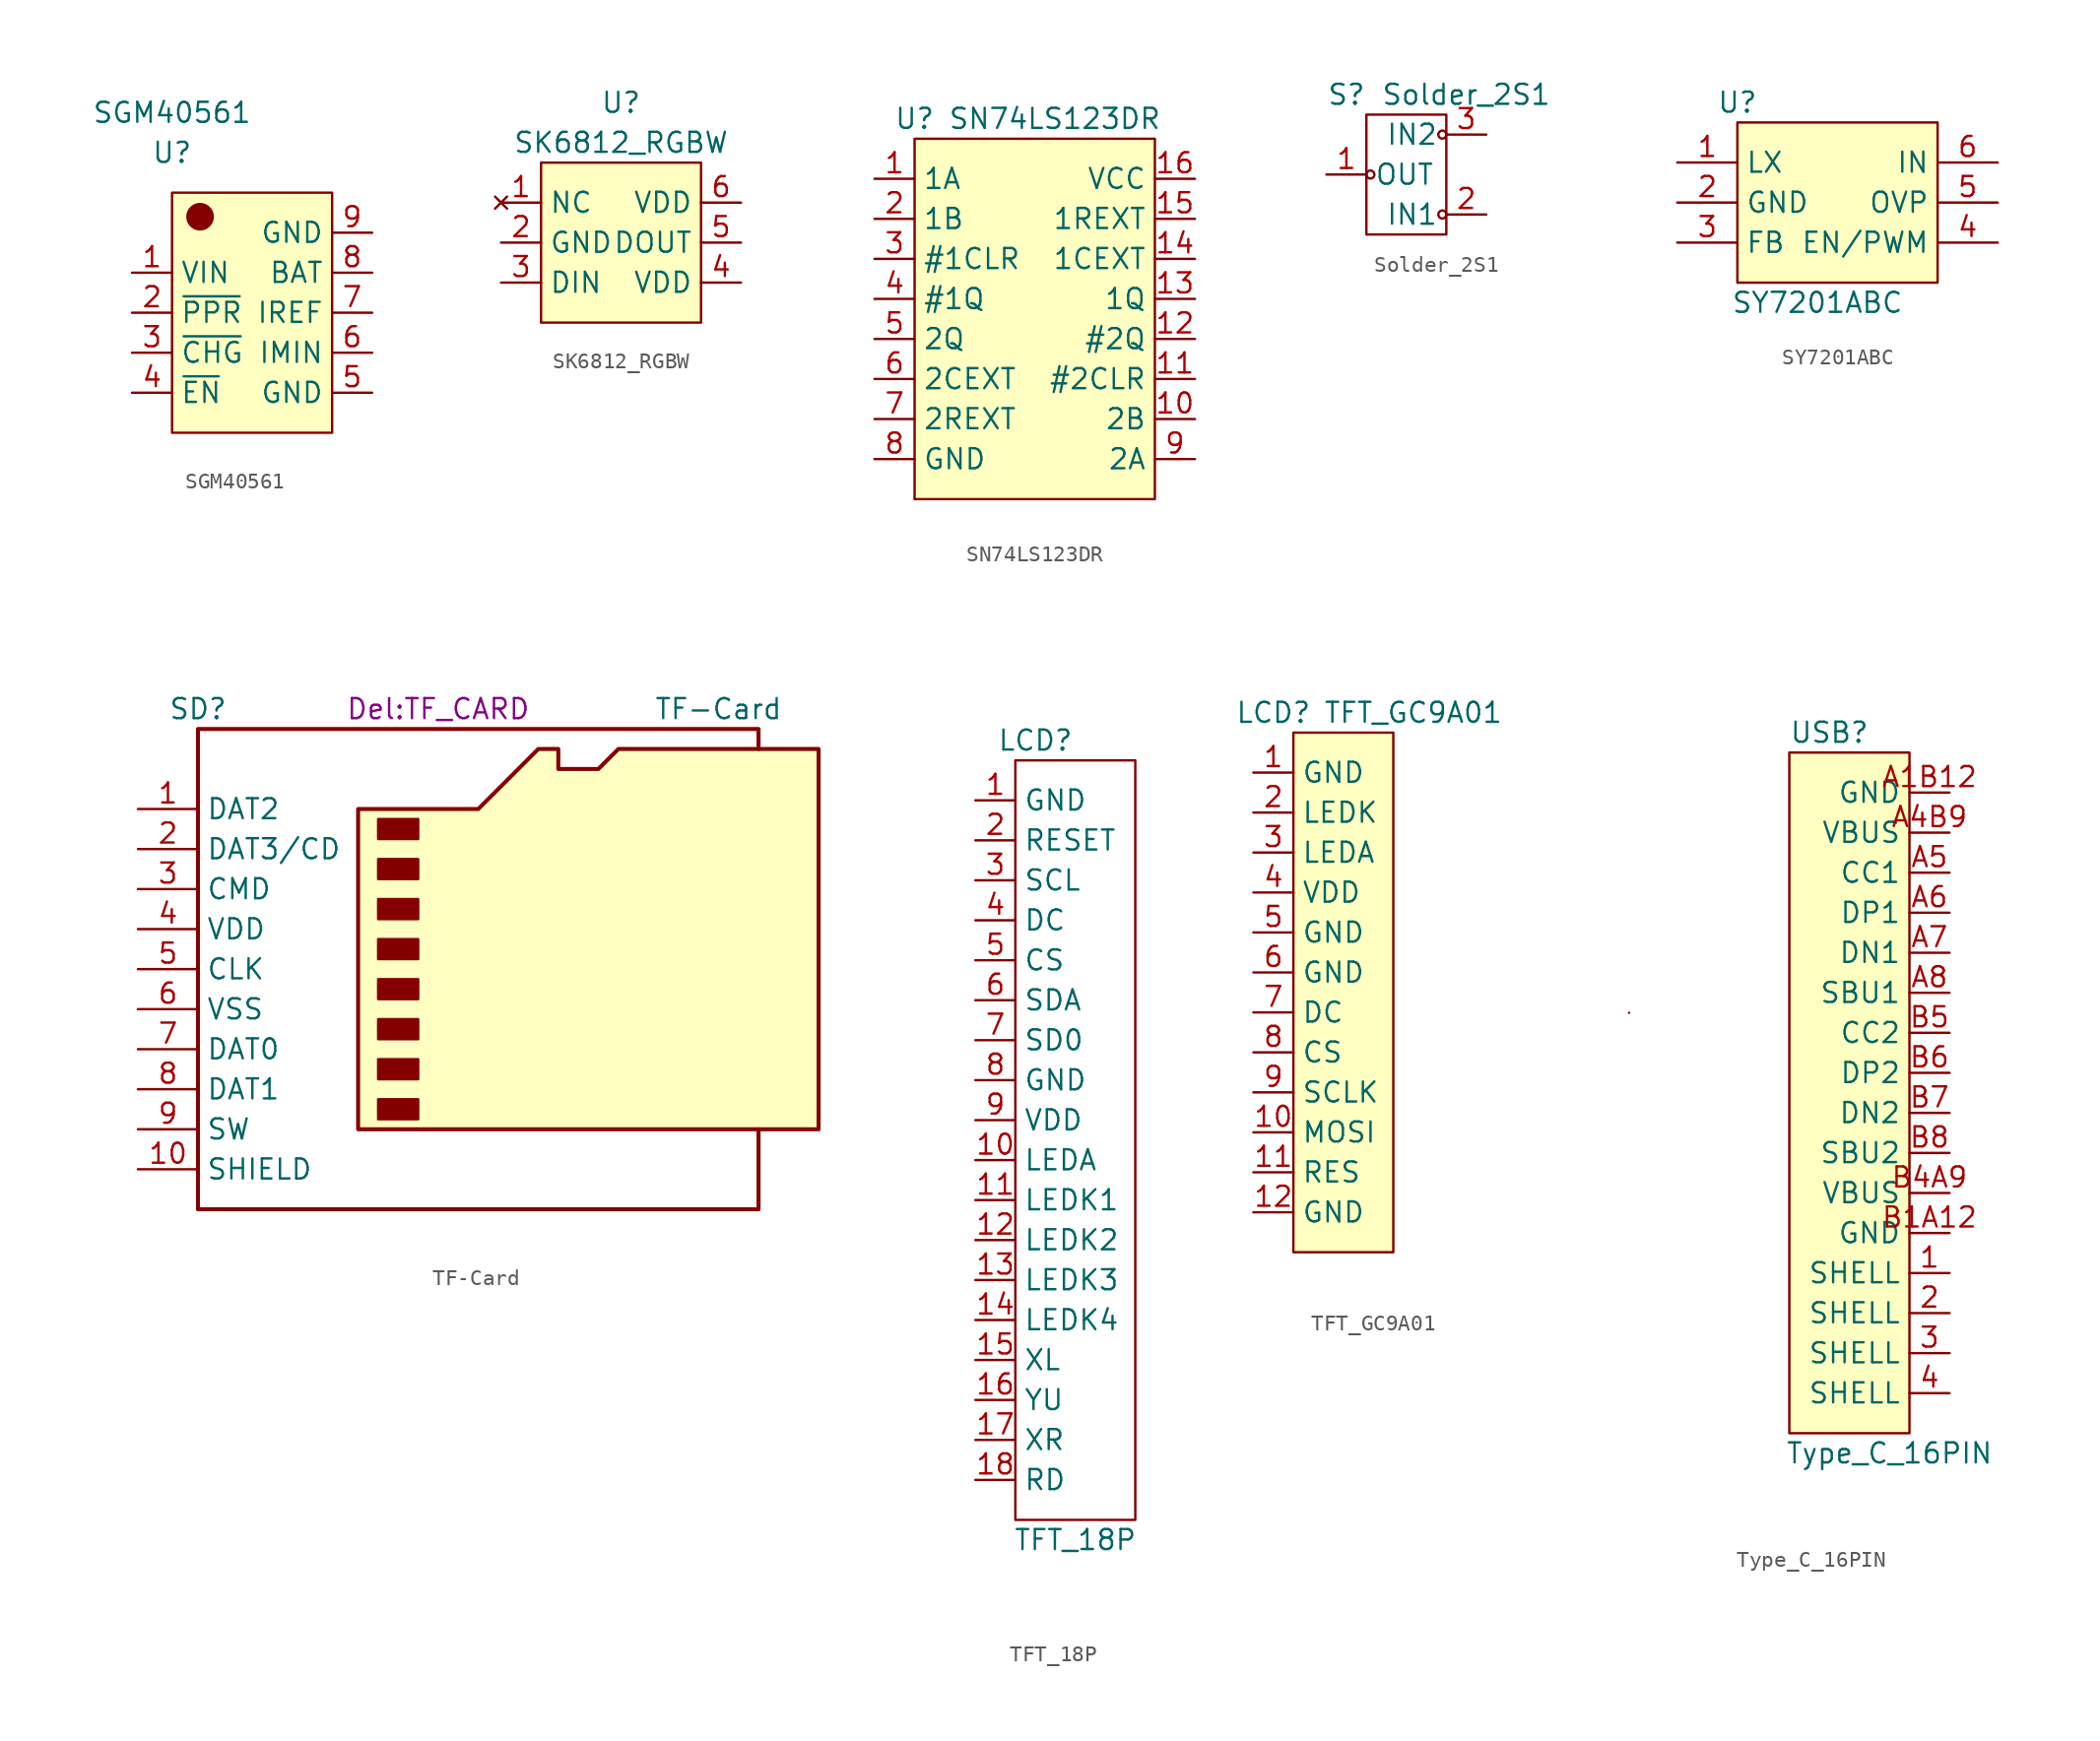
<source format=kicad_sym>
(kicad_symbol_lib
  (version 20211014)
  (generator kicad_symbol_editor)
  (symbol "SGM40561"
    (property "Reference" "U"
      (at 0 2.54 0)
      (effects (font (size 1.27 1.27))))
    (property "Value" "SGM40561"
      (at 0 5.08 0)
      (effects (font (size 1.27 1.27))))
    (symbol "SGM40561_0_1"
      (rectangle (start 0 0) (end 10.16 -15.24) (stroke (width 0) (type default) (color 0 0 0 0)) (fill (type background)))
      (circle (center 1.778 -1.524) (radius 0.803) (stroke (width 0) (type default) (color 0 0 0 0)) (fill (type outline))))
    (symbol "SGM40561_1_1"
      (pin power_in line (at -2.54 -5.08 0) (length 2.54) (name "VIN" (effects (font (size 1.27 1.27)))) (number "1" (effects (font (size 1.27 1.27)))))
      (pin output line (at -2.54 -7.62 0) (length 2.54) (name "~{PPR}" (effects (font (size 1.27 1.27)))) (number "2" (effects (font (size 1.27 1.27)))))
      (pin output line (at -2.54 -10.16 0) (length 2.54) (name "~{CHG}" (effects (font (size 1.27 1.27)))) (number "3" (effects (font (size 1.27 1.27)))))
      (pin input line (at -2.54 -12.7 0) (length 2.54) (name "~{EN}" (effects (font (size 1.27 1.27)))) (number "4" (effects (font (size 1.27 1.27)))))
      (pin power_in line (at 12.7 -12.7 180) (length 2.54) (name "GND" (effects (font (size 1.27 1.27)))) (number "5" (effects (font (size 1.27 1.27)))))
      (pin input line (at 12.7 -10.16 180) (length 2.54) (name "IMIN" (effects (font (size 1.27 1.27)))) (number "6" (effects (font (size 1.27 1.27)))))
      (pin input line (at 12.7 -7.62 180) (length 2.54) (name "IREF" (effects (font (size 1.27 1.27)))) (number "7" (effects (font (size 1.27 1.27)))))
      (pin power_out line (at 12.7 -5.08 180) (length 2.54) (name "BAT" (effects (font (size 1.27 1.27)))) (number "8" (effects (font (size 1.27 1.27)))))
      (pin power_in line (at 12.7 -2.54 180) (length 2.54) (name "GND" (effects (font (size 1.27 1.27)))) (number "9" (effects (font (size 1.27 1.27)))))))
  (symbol "SK6812_RGBW"
    (property "Reference" "U"
      (at 5.08 3.81 0)
      (effects (font (size 1.27 1.27))))
    (property "Value" "SK6812_RGBW"
      (at 5.08 1.27 0)
      (effects (font (size 1.27 1.27))))
    (symbol "SK6812_RGBW_0_1"
      (rectangle (start 0 0) (end 10.16 -10.16) (stroke (width 0) (type default) (color 0 0 0 0)) (fill (type background))))
    (symbol "SK6812_RGBW_1_1"
      (pin no_connect line (at -2.54 -2.54 0) (length 2.54) (name "NC" (effects (font (size 1.27 1.27)))) (number "1" (effects (font (size 1.27 1.27)))))
      (pin power_in line (at -2.54 -5.08 0) (length 2.54) (name "GND" (effects (font (size 1.27 1.27)))) (number "2" (effects (font (size 1.27 1.27)))))
      (pin input line (at -2.54 -7.62 0) (length 2.54) (name "DIN" (effects (font (size 1.27 1.27)))) (number "3" (effects (font (size 1.27 1.27)))))
      (pin power_in line (at 12.7 -7.62 180) (length 2.54) (name "VDD" (effects (font (size 1.27 1.27)))) (number "4" (effects (font (size 1.27 1.27)))))
      (pin output line (at 12.7 -5.08 180) (length 2.54) (name "DOUT" (effects (font (size 1.27 1.27)))) (number "5" (effects (font (size 1.27 1.27)))))
      (pin power_in line (at 12.7 -2.54 180) (length 2.54) (name "VDD" (effects (font (size 1.27 1.27)))) (number "6" (effects (font (size 1.27 1.27)))))))
  (symbol "SN74LS123DR"
    (property "Reference" "U"
      (at 0 1.27 0)
      (effects (font (size 1.27 1.27))))
    (property "Value" "SN74LS123DR"
      (at 8.89 1.27 0)
      (effects (font (size 1.27 1.27))))
    (symbol "SN74LS123DR_0_1"
      (rectangle (start 0 0) (end 15.24 -22.86) (stroke (width 0) (type default) (color 0 0 0 0)) (fill (type background))))
    (symbol "SN74LS123DR_1_1"
      (pin bidirectional line (at -2.54 -2.54 0) (length 2.54) (name "1A" (effects (font (size 1.27 1.27)))) (number "1" (effects (font (size 1.27 1.27)))))
      (pin bidirectional line (at 17.78 -17.78 180) (length 2.54) (name "2B" (effects (font (size 1.27 1.27)))) (number "10" (effects (font (size 1.27 1.27)))))
      (pin bidirectional line (at 17.78 -15.24 180) (length 2.54) (name "#2CLR" (effects (font (size 1.27 1.27)))) (number "11" (effects (font (size 1.27 1.27)))))
      (pin bidirectional line (at 17.78 -12.7 180) (length 2.54) (name "#2Q" (effects (font (size 1.27 1.27)))) (number "12" (effects (font (size 1.27 1.27)))))
      (pin bidirectional line (at 17.78 -10.16 180) (length 2.54) (name "1Q" (effects (font (size 1.27 1.27)))) (number "13" (effects (font (size 1.27 1.27)))))
      (pin bidirectional line (at 17.78 -7.62 180) (length 2.54) (name "1CEXT" (effects (font (size 1.27 1.27)))) (number "14" (effects (font (size 1.27 1.27)))))
      (pin bidirectional line (at 17.78 -5.08 180) (length 2.54) (name "1REXT" (effects (font (size 1.27 1.27)))) (number "15" (effects (font (size 1.27 1.27)))))
      (pin power_in line (at 17.78 -2.54 180) (length 2.54) (name "VCC" (effects (font (size 1.27 1.27)))) (number "16" (effects (font (size 1.27 1.27)))))
      (pin bidirectional line (at -2.54 -5.08 0) (length 2.54) (name "1B" (effects (font (size 1.27 1.27)))) (number "2" (effects (font (size 1.27 1.27)))))
      (pin bidirectional line (at -2.54 -7.62 0) (length 2.54) (name "#1CLR" (effects (font (size 1.27 1.27)))) (number "3" (effects (font (size 1.27 1.27)))))
      (pin bidirectional line (at -2.54 -10.16 0) (length 2.54) (name "#1Q" (effects (font (size 1.27 1.27)))) (number "4" (effects (font (size 1.27 1.27)))))
      (pin bidirectional line (at -2.54 -12.7 0) (length 2.54) (name "2Q" (effects (font (size 1.27 1.27)))) (number "5" (effects (font (size 1.27 1.27)))))
      (pin bidirectional line (at -2.54 -15.24 0) (length 2.54) (name "2CEXT" (effects (font (size 1.27 1.27)))) (number "6" (effects (font (size 1.27 1.27)))))
      (pin bidirectional line (at -2.54 -17.78 0) (length 2.54) (name "2REXT" (effects (font (size 1.27 1.27)))) (number "7" (effects (font (size 1.27 1.27)))))
      (pin power_in line (at -2.54 -20.32 0) (length 2.54) (name "GND" (effects (font (size 1.27 1.27)))) (number "8" (effects (font (size 1.27 1.27)))))
      (pin bidirectional line (at 17.78 -20.32 180) (length 2.54) (name "2A" (effects (font (size 1.27 1.27)))) (number "9" (effects (font (size 1.27 1.27)))))))
  (symbol "Solder_2S1"
    (property "Reference" "S"
      (at -1.27 5.08 0)
      (effects (font (size 1.27 1.27))))
    (property "Value" "Solder_2S1"
      (at 6.35 5.08 0)
      (effects (font (size 1.27 1.27))))
    (symbol "Solder_2S1_0_1"
      (rectangle (start 0 3.81) (end 5.08 -3.81) (stroke (width 0) (type default) (color 0 0 0 0)) (fill (type none)))
      (circle (center 0.254 0) (radius 0.254) (stroke (width 0) (type default) (color 0 0 0 0)) (fill (type none)))
      (circle (center 4.826 -2.54) (radius 0.254) (stroke (width 0) (type default) (color 0 0 0 0)) (fill (type none)))
      (circle (center 4.826 2.54) (radius 0.254) (stroke (width 0) (type default) (color 0 0 0 0)) (fill (type none))))
    (symbol "Solder_2S1_1_1"
      (pin passive line (at -2.54 0 0) (length 2.54) (name "OUT" (effects (font (size 1.27 1.27)))) (number "1" (effects (font (size 1.27 1.27)))))
      (pin passive line (at 7.62 -2.54 180) (length 2.54) (name "IN1" (effects (font (size 1.27 1.27)))) (number "2" (effects (font (size 1.27 1.27)))))
      (pin passive line (at 7.62 2.54 180) (length 2.54) (name "IN2" (effects (font (size 1.27 1.27)))) (number "3" (effects (font (size 1.27 1.27)))))))
  (symbol "SY7201ABC"
    (property "Reference" "U"
      (at 0 1.27 0)
      (effects (font (size 1.27 1.27))))
    (property "Value" "SY7201ABC"
      (at 5.08 -11.43 0)
      (effects (font (size 1.27 1.27))))
    (symbol "SY7201ABC_0_1"
      (rectangle (start 0 0) (end 12.7 -10.16) (stroke (width 0) (type default) (color 0 0 0 0)) (fill (type background))))
    (symbol "SY7201ABC_1_1"
      (pin bidirectional line (at -3.81 -2.54 0) (length 3.81) (name "LX" (effects (font (size 1.27 1.27)))) (number "1" (effects (font (size 1.27 1.27)))))
      (pin power_in line (at -3.81 -5.08 0) (length 3.81) (name "GND" (effects (font (size 1.27 1.27)))) (number "2" (effects (font (size 1.27 1.27)))))
      (pin bidirectional line (at -3.81 -7.62 0) (length 3.81) (name "FB" (effects (font (size 1.27 1.27)))) (number "3" (effects (font (size 1.27 1.27)))))
      (pin bidirectional line (at 16.51 -7.62 180) (length 3.81) (name "EN/PWM" (effects (font (size 1.27 1.27)))) (number "4" (effects (font (size 1.27 1.27)))))
      (pin bidirectional line (at 16.51 -5.08 180) (length 3.81) (name "OVP" (effects (font (size 1.27 1.27)))) (number "5" (effects (font (size 1.27 1.27)))))
      (pin power_in line (at 16.51 -2.54 180) (length 3.81) (name "IN" (effects (font (size 1.27 1.27)))) (number "6" (effects (font (size 1.27 1.27)))))))
  (symbol "TF-Card"
    (property "Reference" "SD"
      (at 0 1.27 0)
      (effects (font (size 1.27 1.27))))
    (property "Value" "TF-Card"
      (at 33.02 1.27 0)
      (effects (font (size 1.27 1.27))))
    (property "Footprint" "Del:TF_CARD"
      (at 15.24 1.27 0)
      (effects (font (size 1.27 1.27))))
    (symbol "TF-Card_0_1"
      (polyline (pts (xy 35.56 -1.27) (xy 35.56 0) (xy 0 0) (xy 0 -30.48) (xy 35.56 -30.48) (xy 35.56 -25.4)) (stroke (width 0.254) (type default) (color 0 0 0 0)) (fill (type none)))
      (polyline (pts (xy 10.16 -25.4) (xy 10.16 -5.08) (xy 17.78 -5.08) (xy 21.59 -1.27) (xy 22.86 -1.27) (xy 22.86 -2.54) (xy 25.4 -2.54) (xy 26.67 -1.27) (xy 39.37 -1.27) (xy 39.37 -25.4) (xy 10.16 -25.4)) (stroke (width 0.254) (type default) (color 0 0 0 0)) (fill (type background)))
      (rectangle (start 11.43 -23.495) (end 13.97 -24.765) (stroke (width 0) (type default) (color 0 0 0 0)) (fill (type outline)))
      (rectangle (start 11.43 -20.955) (end 13.97 -22.225) (stroke (width 0) (type default) (color 0 0 0 0)) (fill (type outline)))
      (rectangle (start 11.43 -18.415) (end 13.97 -19.685) (stroke (width 0) (type default) (color 0 0 0 0)) (fill (type outline)))
      (rectangle (start 11.43 -15.875) (end 13.97 -17.145) (stroke (width 0) (type default) (color 0 0 0 0)) (fill (type outline)))
      (rectangle (start 11.43 -13.335) (end 13.97 -14.605) (stroke (width 0) (type default) (color 0 0 0 0)) (fill (type outline)))
      (rectangle (start 11.43 -10.795) (end 13.97 -12.065) (stroke (width 0) (type default) (color 0 0 0 0)) (fill (type outline)))
      (rectangle (start 11.43 -8.255) (end 13.97 -9.525) (stroke (width 0) (type default) (color 0 0 0 0)) (fill (type outline)))
      (rectangle (start 11.43 -5.715) (end 13.97 -6.985) (stroke (width 0) (type default) (color 0 0 0 0)) (fill (type outline))))
    (symbol "TF-Card_1_1"
      (pin bidirectional line (at -3.81 -5.08 0) (length 3.81) (name "DAT2" (effects (font (size 1.27 1.27)))) (number "1" (effects (font (size 1.27 1.27)))))
      (pin passive line (at -3.81 -27.94 0) (length 3.81) (name "SHIELD" (effects (font (size 1.27 1.27)))) (number "10" (effects (font (size 1.27 1.27)))))
      (pin bidirectional line (at -3.81 -7.62 0) (length 3.81) (name "DAT3/CD" (effects (font (size 1.27 1.27)))) (number "2" (effects (font (size 1.27 1.27)))))
      (pin input line (at -3.81 -10.16 0) (length 3.81) (name "CMD" (effects (font (size 1.27 1.27)))) (number "3" (effects (font (size 1.27 1.27)))))
      (pin power_in line (at -3.81 -12.7 0) (length 3.81) (name "VDD" (effects (font (size 1.27 1.27)))) (number "4" (effects (font (size 1.27 1.27)))))
      (pin input line (at -3.81 -15.24 0) (length 3.81) (name "CLK" (effects (font (size 1.27 1.27)))) (number "5" (effects (font (size 1.27 1.27)))))
      (pin power_in line (at -3.81 -17.78 0) (length 3.81) (name "VSS" (effects (font (size 1.27 1.27)))) (number "6" (effects (font (size 1.27 1.27)))))
      (pin bidirectional line (at -3.81 -20.32 0) (length 3.81) (name "DAT0" (effects (font (size 1.27 1.27)))) (number "7" (effects (font (size 1.27 1.27)))))
      (pin bidirectional line (at -3.81 -22.86 0) (length 3.81) (name "DAT1" (effects (font (size 1.27 1.27)))) (number "8" (effects (font (size 1.27 1.27)))))
      (pin bidirectional line (at -3.81 -25.4 0) (length 3.81) (name "SW" (effects (font (size 1.27 1.27)))) (number "9" (effects (font (size 1.27 1.27)))))))
  (symbol "TFT_18P"
    (property "Reference" "LCD"
      (at 1.27 1.27 0)
      (effects (font (size 1.27 1.27))))
    (property "Value" "TFT_18P"
      (at 3.81 -49.53 0)
      (effects (font (size 1.27 1.27))))
    (symbol "TFT_18P_0_1"
      (rectangle (start 0 0) (end 7.62 -48.26) (stroke (width 0) (type default) (color 0 0 0 0)) (fill (type none))))
    (symbol "TFT_18P_1_1"
      (pin power_in line (at -2.54 -2.54 0) (length 2.54) (name "GND" (effects (font (size 1.27 1.27)))) (number "1" (effects (font (size 1.27 1.27)))))
      (pin passive line (at -2.54 -25.4 0) (length 2.54) (name "LEDA" (effects (font (size 1.27 1.27)))) (number "10" (effects (font (size 1.27 1.27)))))
      (pin passive line (at -2.54 -27.94 0) (length 2.54) (name "LEDK1" (effects (font (size 1.27 1.27)))) (number "11" (effects (font (size 1.27 1.27)))))
      (pin passive line (at -2.54 -30.48 0) (length 2.54) (name "LEDK2" (effects (font (size 1.27 1.27)))) (number "12" (effects (font (size 1.27 1.27)))))
      (pin passive line (at -2.54 -33.02 0) (length 2.54) (name "LEDK3" (effects (font (size 1.27 1.27)))) (number "13" (effects (font (size 1.27 1.27)))))
      (pin passive line (at -2.54 -35.56 0) (length 2.54) (name "LEDK4" (effects (font (size 1.27 1.27)))) (number "14" (effects (font (size 1.27 1.27)))))
      (pin passive line (at -2.54 -38.1 0) (length 2.54) (name "XL" (effects (font (size 1.27 1.27)))) (number "15" (effects (font (size 1.27 1.27)))))
      (pin passive line (at -2.54 -40.64 0) (length 2.54) (name "YU" (effects (font (size 1.27 1.27)))) (number "16" (effects (font (size 1.27 1.27)))))
      (pin passive line (at -2.54 -43.18 0) (length 2.54) (name "XR" (effects (font (size 1.27 1.27)))) (number "17" (effects (font (size 1.27 1.27)))))
      (pin passive line (at -2.54 -45.72 0) (length 2.54) (name "RD" (effects (font (size 1.27 1.27)))) (number "18" (effects (font (size 1.27 1.27)))))
      (pin passive line (at -2.54 -5.08 0) (length 2.54) (name "RESET" (effects (font (size 1.27 1.27)))) (number "2" (effects (font (size 1.27 1.27)))))
      (pin passive line (at -2.54 -7.62 0) (length 2.54) (name "SCL" (effects (font (size 1.27 1.27)))) (number "3" (effects (font (size 1.27 1.27)))))
      (pin passive line (at -2.54 -10.16 0) (length 2.54) (name "DC" (effects (font (size 1.27 1.27)))) (number "4" (effects (font (size 1.27 1.27)))))
      (pin passive line (at -2.54 -12.7 0) (length 2.54) (name "CS" (effects (font (size 1.27 1.27)))) (number "5" (effects (font (size 1.27 1.27)))))
      (pin passive line (at -2.54 -15.24 0) (length 2.54) (name "SDA" (effects (font (size 1.27 1.27)))) (number "6" (effects (font (size 1.27 1.27)))))
      (pin passive line (at -2.54 -17.78 0) (length 2.54) (name "SD0" (effects (font (size 1.27 1.27)))) (number "7" (effects (font (size 1.27 1.27)))))
      (pin power_out line (at -2.54 -20.32 0) (length 2.54) (name "GND" (effects (font (size 1.27 1.27)))) (number "8" (effects (font (size 1.27 1.27)))))
      (pin power_in line (at -2.54 -22.86 0) (length 2.54) (name "VDD" (effects (font (size 1.27 1.27)))) (number "9" (effects (font (size 1.27 1.27)))))))
  (symbol "TFT_GC9A01"
    (property "Reference" "LCD"
      (at -1.27 1.27 0)
      (effects (font (size 1.27 1.27))))
    (property "Value" "TFT_GC9A01"
      (at 7.62 1.27 0)
      (effects (font (size 1.27 1.27))))
    (symbol "TFT_GC9A01_0_1"
      (rectangle (start 0 0) (end 6.35 -33.02) (stroke (width 0) (type default) (color 0 0 0 0)) (fill (type background))))
    (symbol "TFT_GC9A01_1_1"
      (pin power_in line (at -2.54 -2.54 0) (length 2.54) (name "GND" (effects (font (size 1.27 1.27)))) (number "1" (effects (font (size 1.27 1.27)))))
      (pin input line (at -2.54 -25.4 0) (length 2.54) (name "MOSI" (effects (font (size 1.27 1.27)))) (number "10" (effects (font (size 1.27 1.27)))))
      (pin input line (at -2.54 -27.94 0) (length 2.54) (name "RES" (effects (font (size 1.27 1.27)))) (number "11" (effects (font (size 1.27 1.27)))))
      (pin power_in line (at -2.54 -30.48 0) (length 2.54) (name "GND" (effects (font (size 1.27 1.27)))) (number "12" (effects (font (size 1.27 1.27)))))
      (pin output line (at -2.54 -5.08 0) (length 2.54) (name "LEDK" (effects (font (size 1.27 1.27)))) (number "2" (effects (font (size 1.27 1.27)))))
      (pin input line (at -2.54 -7.62 0) (length 2.54) (name "LEDA" (effects (font (size 1.27 1.27)))) (number "3" (effects (font (size 1.27 1.27)))))
      (pin power_in line (at -2.54 -10.16 0) (length 2.54) (name "VDD" (effects (font (size 1.27 1.27)))) (number "4" (effects (font (size 1.27 1.27)))))
      (pin power_in line (at -2.54 -12.7 0) (length 2.54) (name "GND" (effects (font (size 1.27 1.27)))) (number "5" (effects (font (size 1.27 1.27)))))
      (pin power_in line (at -2.54 -15.24 0) (length 2.54) (name "GND" (effects (font (size 1.27 1.27)))) (number "6" (effects (font (size 1.27 1.27)))))
      (pin input line (at -2.54 -17.78 0) (length 2.54) (name "DC" (effects (font (size 1.27 1.27)))) (number "7" (effects (font (size 1.27 1.27)))))
      (pin input line (at -2.54 -20.32 0) (length 2.54) (name "CS" (effects (font (size 1.27 1.27)))) (number "8" (effects (font (size 1.27 1.27)))))
      (pin input line (at -2.54 -22.86 0) (length 2.54) (name "SCLK" (effects (font (size 1.27 1.27)))) (number "9" (effects (font (size 1.27 1.27)))))))
  (symbol "Type_C_16PIN"
    (property "Reference" "USB"
      (at 2.54 1.27 0)
      (effects (font (size 1.27 1.27))))
    (property "Value" "Type_C_16PIN"
      (at 6.35 -44.45 0)
      (effects (font (size 1.27 1.27))))
    (symbol "Type_C_16PIN_0_1"
      (arc (start -10.16 -16.51) (mid -10.16 -16.51) (end -10.16 -16.51) (stroke (width 0) (type default) (color 0 0 0 0)) (fill (type none)))
      (rectangle (start 0 0) (end 7.62 -43.18) (stroke (width 0) (type default) (color 0 0 0 0)) (fill (type background))))
    (symbol "Type_C_16PIN_1_1"
      (pin power_in line (at 10.16 -33.02 180) (length 2.54) (name "SHELL" (effects (font (size 1.27 1.27)))) (number "1" (effects (font (size 1.27 1.27)))))
      (pin power_in line (at 10.16 -35.56 180) (length 2.54) (name "SHELL" (effects (font (size 1.27 1.27)))) (number "2" (effects (font (size 1.27 1.27)))))
      (pin power_in line (at 10.16 -38.1 180) (length 2.54) (name "SHELL" (effects (font (size 1.27 1.27)))) (number "3" (effects (font (size 1.27 1.27)))))
      (pin power_in line (at 10.16 -40.64 180) (length 2.54) (name "SHELL" (effects (font (size 1.27 1.27)))) (number "4" (effects (font (size 1.27 1.27)))))
      (pin power_in line (at 10.16 -2.54 180) (length 2.54) (name "GND" (effects (font (size 1.27 1.27)))) (number "A1B12" (effects (font (size 1.27 1.27)))))
      (pin power_in line (at 10.16 -5.08 180) (length 2.54) (name "VBUS" (effects (font (size 1.27 1.27)))) (number "A4B9" (effects (font (size 1.27 1.27)))))
      (pin bidirectional line (at 10.16 -7.62 180) (length 2.54) (name "CC1" (effects (font (size 1.27 1.27)))) (number "A5" (effects (font (size 1.27 1.27)))))
      (pin bidirectional line (at 10.16 -10.16 180) (length 2.54) (name "DP1" (effects (font (size 1.27 1.27)))) (number "A6" (effects (font (size 1.27 1.27)))))
      (pin bidirectional line (at 10.16 -12.7 180) (length 2.54) (name "DN1" (effects (font (size 1.27 1.27)))) (number "A7" (effects (font (size 1.27 1.27)))))
      (pin bidirectional line (at 10.16 -15.24 180) (length 2.54) (name "SBU1" (effects (font (size 1.27 1.27)))) (number "A8" (effects (font (size 1.27 1.27)))))
      (pin power_in line (at 10.16 -30.48 180) (length 2.54) (name "GND" (effects (font (size 1.27 1.27)))) (number "B1A12" (effects (font (size 1.27 1.27)))))
      (pin power_in line (at 10.16 -27.94 180) (length 2.54) (name "VBUS" (effects (font (size 1.27 1.27)))) (number "B4A9" (effects (font (size 1.27 1.27)))))
      (pin bidirectional line (at 10.16 -17.78 180) (length 2.54) (name "CC2" (effects (font (size 1.27 1.27)))) (number "B5" (effects (font (size 1.27 1.27)))))
      (pin bidirectional line (at 10.16 -20.32 180) (length 2.54) (name "DP2" (effects (font (size 1.27 1.27)))) (number "B6" (effects (font (size 1.27 1.27)))))
      (pin bidirectional line (at 10.16 -22.86 180) (length 2.54) (name "DN2" (effects (font (size 1.27 1.27)))) (number "B7" (effects (font (size 1.27 1.27)))))
      (pin bidirectional line (at 10.16 -25.4 180) (length 2.54) (name "SBU2" (effects (font (size 1.27 1.27)))) (number "B8" (effects (font (size 1.27 1.27))))))))
</source>
